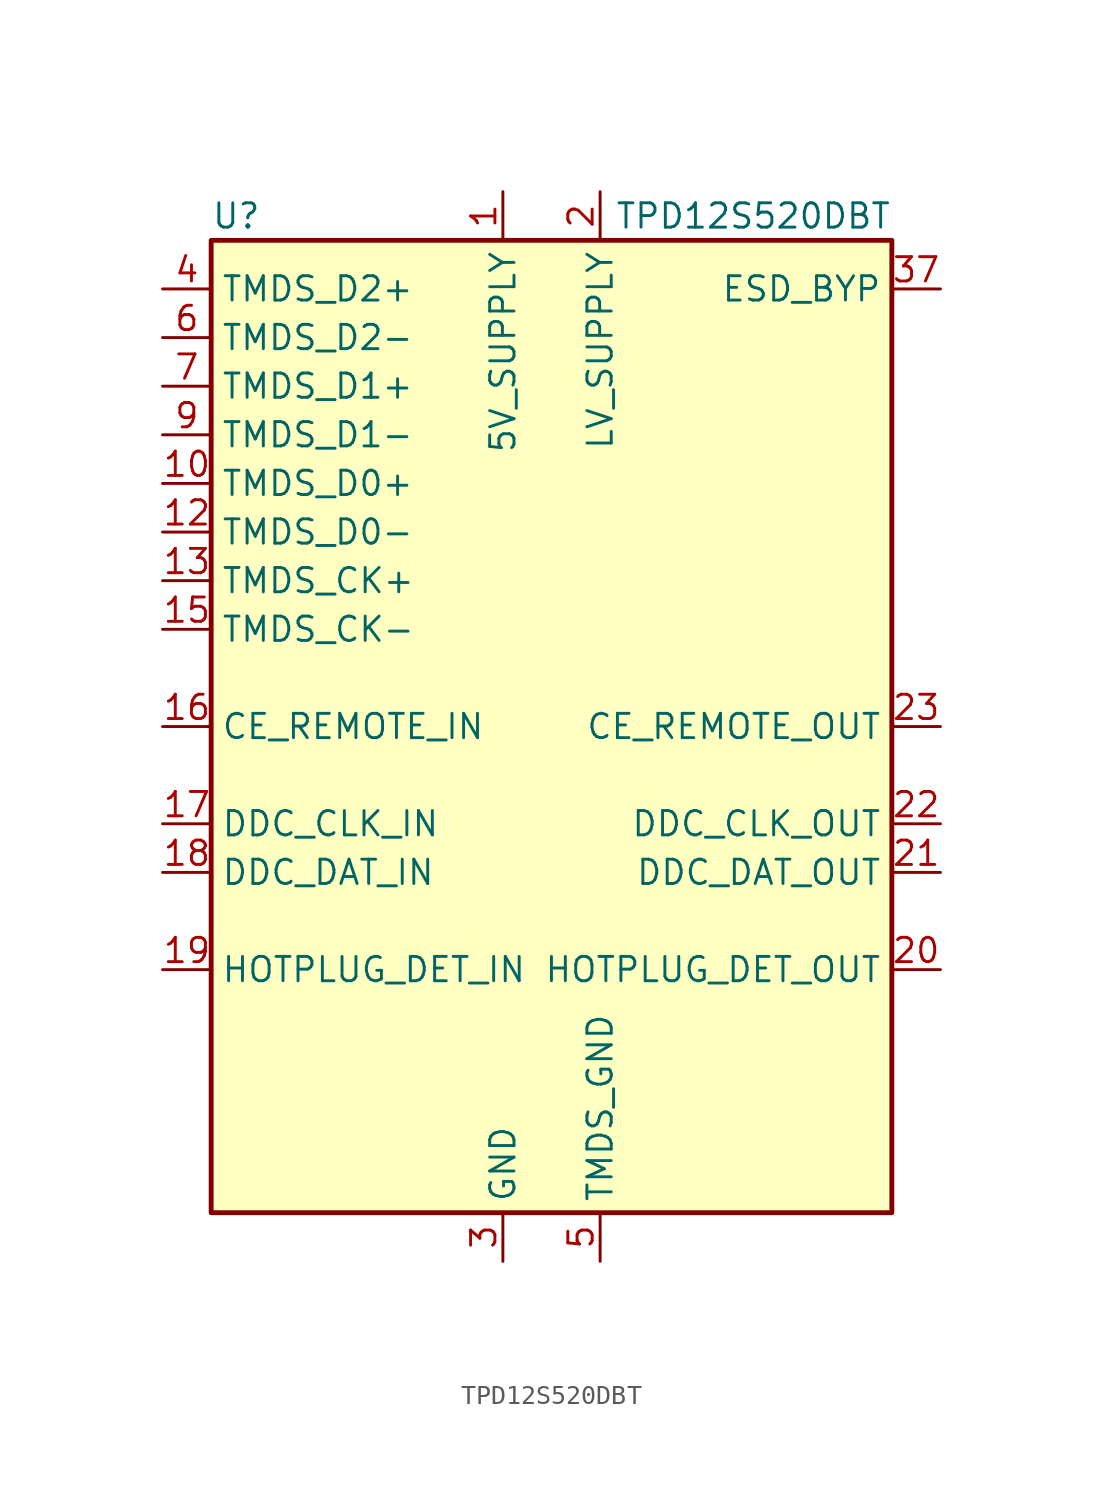
<source format=kicad_sym>
(kicad_symbol_lib
  (version 20200908)
  (generator kicad_symbol_editor)
  (symbol "Interface_HDMI:TPD12S520DBT"
    (property "Reference" "U"
      (at -17.78 26.67 0)
      (effects (font (size 1.27 1.27)) (justify left)))
    (property "Value" "TPD12S520DBT"
      (at 17.78 26.67 0)
      (effects (font (size 1.27 1.27)) (justify right)))
    (symbol "TPD12S520DBT_0_1"
      (rectangle (start -17.78 25.4) (end 17.78 -25.4) (stroke (width 0.254)) (fill (type background))))
    (symbol "TPD12S520DBT_1_1"
      (pin power_in line (at -2.54 27.94 270) (length 2.54) (name "5V_SUPPLY" (effects (font (size 1.27 1.27)))) (number "1" (effects (font (size 1.27 1.27)))))
      (pin passive line (at -20.32 12.7 0) (length 2.54) (name "TMDS_D0+" (effects (font (size 1.27 1.27)))) (number "10" (effects (font (size 1.27 1.27)))))
      (pin passive line (at 2.54 -27.94 90) (length 2.54) hide (name "TMDS_GND" (effects (font (size 1.27 1.27)))) (number "11" (effects (font (size 1.27 1.27)))))
      (pin passive line (at -20.32 10.16 0) (length 2.54) (name "TMDS_D0-" (effects (font (size 1.27 1.27)))) (number "12" (effects (font (size 1.27 1.27)))))
      (pin passive line (at -20.32 7.62 0) (length 2.54) (name "TMDS_CK+" (effects (font (size 1.27 1.27)))) (number "13" (effects (font (size 1.27 1.27)))))
      (pin passive line (at 2.54 -27.94 90) (length 2.54) hide (name "TMDS_GND" (effects (font (size 1.27 1.27)))) (number "14" (effects (font (size 1.27 1.27)))))
      (pin passive line (at -20.32 5.08 0) (length 2.54) (name "TMDS_CK-" (effects (font (size 1.27 1.27)))) (number "15" (effects (font (size 1.27 1.27)))))
      (pin bidirectional line (at -20.32 0 0) (length 2.54) (name "CE_REMOTE_IN" (effects (font (size 1.27 1.27)))) (number "16" (effects (font (size 1.27 1.27)))))
      (pin bidirectional line (at -20.32 -5.08 0) (length 2.54) (name "DDC_CLK_IN" (effects (font (size 1.27 1.27)))) (number "17" (effects (font (size 1.27 1.27)))))
      (pin bidirectional line (at -20.32 -7.62 0) (length 2.54) (name "DDC_DAT_IN" (effects (font (size 1.27 1.27)))) (number "18" (effects (font (size 1.27 1.27)))))
      (pin bidirectional line (at -20.32 -12.7 0) (length 2.54) (name "HOTPLUG_DET_IN" (effects (font (size 1.27 1.27)))) (number "19" (effects (font (size 1.27 1.27)))))
      (pin power_in line (at 2.54 27.94 270) (length 2.54) (name "LV_SUPPLY" (effects (font (size 1.27 1.27)))) (number "2" (effects (font (size 1.27 1.27)))))
      (pin bidirectional line (at 20.32 -12.7 180) (length 2.54) (name "HOTPLUG_DET_OUT" (effects (font (size 1.27 1.27)))) (number "20" (effects (font (size 1.27 1.27)))))
      (pin bidirectional line (at 20.32 -7.62 180) (length 2.54) (name "DDC_DAT_OUT" (effects (font (size 1.27 1.27)))) (number "21" (effects (font (size 1.27 1.27)))))
      (pin bidirectional line (at 20.32 -5.08 180) (length 2.54) (name "DDC_CLK_OUT" (effects (font (size 1.27 1.27)))) (number "22" (effects (font (size 1.27 1.27)))))
      (pin bidirectional line (at 20.32 0 180) (length 2.54) (name "CE_REMOTE_OUT" (effects (font (size 1.27 1.27)))) (number "23" (effects (font (size 1.27 1.27)))))
      (pin passive line (at -20.32 5.08 0) (length 2.54) hide (name "TMDS_CK-" (effects (font (size 1.27 1.27)))) (number "24" (effects (font (size 1.27 1.27)))))
      (pin passive line (at 2.54 -27.94 90) (length 2.54) hide (name "TMDS_GND" (effects (font (size 1.27 1.27)))) (number "25" (effects (font (size 1.27 1.27)))))
      (pin passive line (at -20.32 7.62 0) (length 2.54) hide (name "TMDS_CK+" (effects (font (size 1.27 1.27)))) (number "26" (effects (font (size 1.27 1.27)))))
      (pin passive line (at -20.32 10.16 0) (length 2.54) hide (name "TMDS_D0-" (effects (font (size 1.27 1.27)))) (number "27" (effects (font (size 1.27 1.27)))))
      (pin passive line (at 2.54 -27.94 90) (length 2.54) hide (name "TMDS_GND" (effects (font (size 1.27 1.27)))) (number "28" (effects (font (size 1.27 1.27)))))
      (pin passive line (at -20.32 12.7 0) (length 2.54) hide (name "TMDS_D0+" (effects (font (size 1.27 1.27)))) (number "29" (effects (font (size 1.27 1.27)))))
      (pin power_in line (at -2.54 -27.94 90) (length 2.54) (name "GND" (effects (font (size 1.27 1.27)))) (number "3" (effects (font (size 1.27 1.27)))))
      (pin passive line (at -20.32 15.24 0) (length 2.54) hide (name "TMDS_D1-" (effects (font (size 1.27 1.27)))) (number "30" (effects (font (size 1.27 1.27)))))
      (pin passive line (at 2.54 -27.94 90) (length 2.54) hide (name "TMDS_GND" (effects (font (size 1.27 1.27)))) (number "31" (effects (font (size 1.27 1.27)))))
      (pin passive line (at -20.32 17.78 0) (length 2.54) hide (name "TMDS_D1+" (effects (font (size 1.27 1.27)))) (number "32" (effects (font (size 1.27 1.27)))))
      (pin passive line (at -20.32 20.32 0) (length 2.54) hide (name "TMDS_D2-" (effects (font (size 1.27 1.27)))) (number "33" (effects (font (size 1.27 1.27)))))
      (pin passive line (at 2.54 -27.94 90) (length 2.54) hide (name "TMDS_GND" (effects (font (size 1.27 1.27)))) (number "34" (effects (font (size 1.27 1.27)))))
      (pin passive line (at -20.32 22.86 0) (length 2.54) hide (name "TMDS_D2+" (effects (font (size 1.27 1.27)))) (number "35" (effects (font (size 1.27 1.27)))))
      (pin passive line (at -2.54 -27.94 90) (length 2.54) hide (name "GND" (effects (font (size 1.27 1.27)))) (number "36" (effects (font (size 1.27 1.27)))))
      (pin passive line (at 20.32 22.86 180) (length 2.54) (name "ESD_BYP" (effects (font (size 1.27 1.27)))) (number "37" (effects (font (size 1.27 1.27)))))
      (pin unconnected line (at 17.78 20.32 180) (length 2.54) hide (name "NC" (effects (font (size 1.27 1.27)))) (number "38" (effects (font (size 1.27 1.27)))))
      (pin passive line (at -20.32 22.86 0) (length 2.54) (name "TMDS_D2+" (effects (font (size 1.27 1.27)))) (number "4" (effects (font (size 1.27 1.27)))))
      (pin passive line (at 2.54 -27.94 90) (length 2.54) (name "TMDS_GND" (effects (font (size 1.27 1.27)))) (number "5" (effects (font (size 1.27 1.27)))))
      (pin passive line (at -20.32 20.32 0) (length 2.54) (name "TMDS_D2-" (effects (font (size 1.27 1.27)))) (number "6" (effects (font (size 1.27 1.27)))))
      (pin passive line (at -20.32 17.78 0) (length 2.54) (name "TMDS_D1+" (effects (font (size 1.27 1.27)))) (number "7" (effects (font (size 1.27 1.27)))))
      (pin passive line (at 2.54 -27.94 90) (length 2.54) hide (name "TMDS_GND" (effects (font (size 1.27 1.27)))) (number "8" (effects (font (size 1.27 1.27)))))
      (pin passive line (at -20.32 15.24 0) (length 2.54) (name "TMDS_D1-" (effects (font (size 1.27 1.27)))) (number "9" (effects (font (size 1.27 1.27))))))))
</source>
